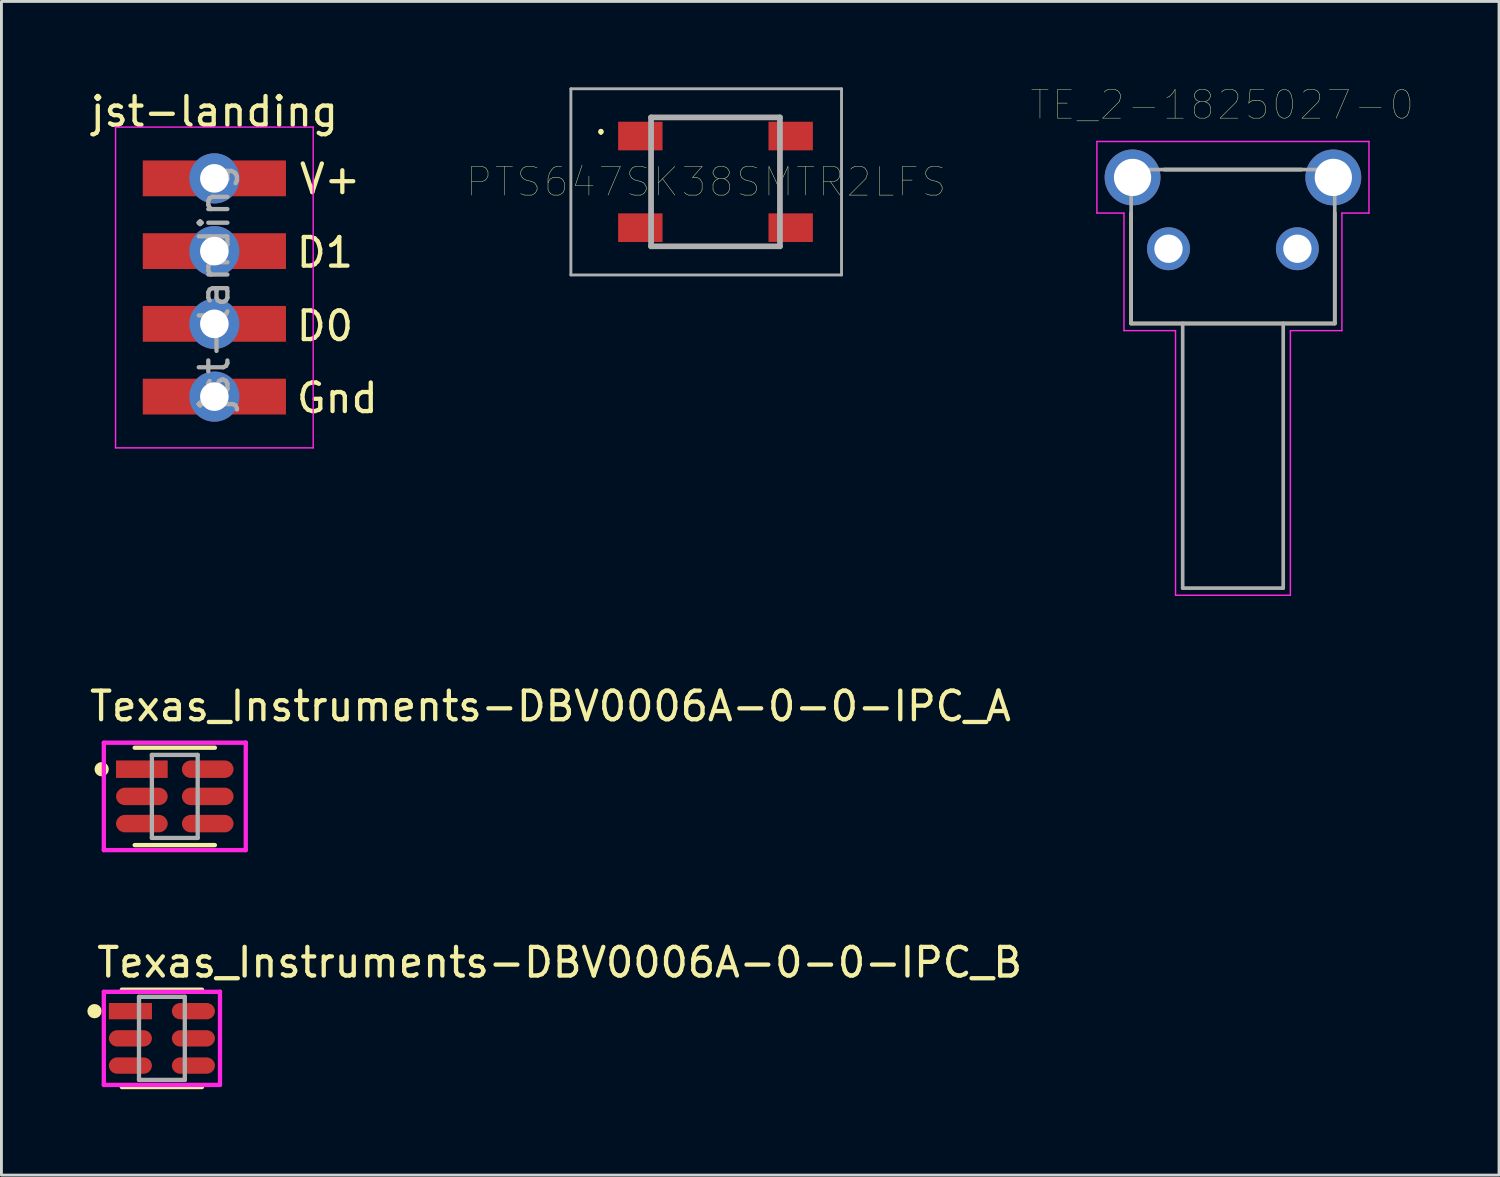
<source format=kicad_pcb>
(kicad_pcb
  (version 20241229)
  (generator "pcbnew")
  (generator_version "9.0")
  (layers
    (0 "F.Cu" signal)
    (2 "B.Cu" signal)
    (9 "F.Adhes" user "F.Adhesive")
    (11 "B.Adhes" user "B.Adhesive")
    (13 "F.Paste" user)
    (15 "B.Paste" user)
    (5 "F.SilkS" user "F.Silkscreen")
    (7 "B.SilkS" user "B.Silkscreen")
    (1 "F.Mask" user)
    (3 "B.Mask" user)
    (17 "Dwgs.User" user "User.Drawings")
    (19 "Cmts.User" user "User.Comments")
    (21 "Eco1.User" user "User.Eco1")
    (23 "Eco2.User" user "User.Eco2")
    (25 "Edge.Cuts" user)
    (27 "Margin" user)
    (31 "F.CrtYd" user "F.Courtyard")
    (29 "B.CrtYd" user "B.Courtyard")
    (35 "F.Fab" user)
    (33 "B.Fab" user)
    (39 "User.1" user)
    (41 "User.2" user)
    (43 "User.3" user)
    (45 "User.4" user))
  (footprint "jst-landing"
    (layer "F.Cu")
    (at 4.435 6.988)
    (property "Reference" "jst-landing" (at 0 -6.14 0) (layer "F.SilkS") (effects (font (size 1 1) (thickness 0.15))))
    (attr smd)
    (fp_line (start -3.45 -5.6) (end -3.45 5.6) (stroke (width 0.05) (type solid)) (layer "F.CrtYd"))
    (fp_line (start -3.45 5.6) (end 3.45 5.6) (stroke (width 0.05) (type solid)) (layer "F.CrtYd"))
    (fp_line (start 3.45 -5.6) (end -3.45 -5.6) (stroke (width 0.05) (type solid)) (layer "F.CrtYd"))
    (fp_line (start 3.45 5.6) (end 3.45 -5.6) (stroke (width 0.05) (type solid)) (layer "F.CrtYd"))
    (fp_text user "D1" (at 3.861 -1.219 0) (unlocked yes) (layer "F.SilkS") (effects (font (size 1 1) (thickness 0.15))))
    (fp_text user "D0" (at 3.861 1.346 0) (unlocked yes) (layer "F.SilkS") (effects (font (size 1 1) (thickness 0.15))))
    (fp_text user "V+" (at 4.039 -3.785 0) (unlocked yes) (layer "F.SilkS") (effects (font (size 1 1) (thickness 0.15))))
    (fp_text user "Gnd" (at 4.293 3.861 0) (unlocked yes) (layer "F.SilkS") (effects (font (size 1 1) (thickness 0.15))))
    (fp_text user "${REFERENCE}" (at 0 0 90) (layer "F.Fab") (effects (font (size 1 1) (thickness 0.15))))
    (pad "1" thru_hole circle (at 0 -3.81) (size 1.75 1.75) (drill 1) (layers "*.Cu" "*.Mask"))
    (pad "1" smd rect (at 0 -3.81) (size 5 1.25) (layers "F.Cu" "F.Mask" "F.Paste"))
    (pad "2" thru_hole circle (at 0 -1.27) (size 1.75 1.75) (drill 1) (layers "*.Cu" "*.Mask"))
    (pad "2" smd rect (at 0 -1.27) (size 5 1.25) (layers "F.Cu" "F.Mask" "F.Paste"))
    (pad "3" thru_hole circle (at 0 1.27) (size 1.75 1.75) (drill 1) (layers "*.Cu" "*.Mask"))
    (pad "3" smd rect (at 0 1.27) (size 5 1.25) (layers "F.Cu" "F.Mask" "F.Paste"))
    (pad "4" thru_hole circle (at 0 3.81) (size 1.75 1.75) (drill 1) (layers "*.Cu" "*.Mask"))
    (pad "4" smd rect (at 0 3.81) (size 5 1.25) (layers "F.Cu" "F.Mask" "F.Paste")))
  (footprint "TE_2-1825027-0"
    (layer "F.Cu")
    (at 40 4.39)
    (property "Reference" "TE_2-1825027-0" (at -0.375 -3.778 0) (layer "F.SilkS") (effects (font (size 1.001 1.001) (thickness 0.015))))
    (attr through_hole)
    (fp_line (start -3.555 0) (end -3.555 3.855) (stroke (width 0.127) (type solid)) (layer "F.SilkS"))
    (fp_line (start -3.555 3.855) (end 3.555 3.855) (stroke (width 0.127) (type solid)) (layer "F.SilkS"))
    (fp_line (start 2.4 -1.52) (end -2.4 -1.52) (stroke (width 0.127) (type solid)) (layer "F.SilkS"))
    (fp_line (start 3.555 3.855) (end 3.555 0) (stroke (width 0.127) (type solid)) (layer "F.SilkS"))
    (fp_line (start -4.75 -2.5) (end -4.75 0) (stroke (width 0.05) (type solid)) (layer "F.CrtYd"))
    (fp_line (start -4.75 0) (end -3.805 0) (stroke (width 0.05) (type solid)) (layer "F.CrtYd"))
    (fp_line (start -3.805 0) (end -3.805 4.105) (stroke (width 0.05) (type solid)) (layer "F.CrtYd"))
    (fp_line (start -3.805 4.105) (end -2.005 4.105) (stroke (width 0.05) (type solid)) (layer "F.CrtYd"))
    (fp_line (start -2.005 4.105) (end -2.005 13.345) (stroke (width 0.05) (type solid)) (layer "F.CrtYd"))
    (fp_line (start -2.005 13.345) (end 2.005 13.345) (stroke (width 0.05) (type solid)) (layer "F.CrtYd"))
    (fp_line (start 2.005 4.105) (end 3.805 4.105) (stroke (width 0.05) (type solid)) (layer "F.CrtYd"))
    (fp_line (start 2.005 13.345) (end 2.005 4.105) (stroke (width 0.05) (type solid)) (layer "F.CrtYd"))
    (fp_line (start 3.805 0) (end 4.75 0) (stroke (width 0.05) (type solid)) (layer "F.CrtYd"))
    (fp_line (start 3.805 4.105) (end 3.805 0) (stroke (width 0.05) (type solid)) (layer "F.CrtYd"))
    (fp_line (start 4.75 -2.5) (end -4.75 -2.5) (stroke (width 0.05) (type solid)) (layer "F.CrtYd"))
    (fp_line (start 4.75 0) (end 4.75 -2.5) (stroke (width 0.05) (type solid)) (layer "F.CrtYd"))
    (fp_line (start -3.555 -1.52) (end 3.555 -1.52) (stroke (width 0.127) (type solid)) (layer "F.Fab"))
    (fp_line (start -3.555 3.855) (end -3.555 -1.52) (stroke (width 0.127) (type solid)) (layer "F.Fab"))
    (fp_line (start -1.755 3.855) (end -3.555 3.855) (stroke (width 0.127) (type solid)) (layer "F.Fab"))
    (fp_line (start -1.755 3.855) (end -1.755 13.095) (stroke (width 0.127) (type solid)) (layer "F.Fab"))
    (fp_line (start -1.755 13.095) (end 1.755 13.095) (stroke (width 0.127) (type solid)) (layer "F.Fab"))
    (fp_line (start 1.755 3.855) (end -1.755 3.855) (stroke (width 0.127) (type solid)) (layer "F.Fab"))
    (fp_line (start 1.755 13.095) (end 1.755 3.855) (stroke (width 0.127) (type solid)) (layer "F.Fab"))
    (fp_line (start 3.555 -1.52) (end 3.555 3.855) (stroke (width 0.127) (type solid)) (layer "F.Fab"))
    (fp_line (start 3.555 3.855) (end 1.755 3.855) (stroke (width 0.127) (type solid)) (layer "F.Fab"))
    (pad "1" thru_hole circle (at -2.25 1.245) (size 1.498 1.498) (drill 0.99) (layers "*.Cu" "*.Mask"))
    (pad "2" thru_hole circle (at 2.25 1.245) (size 1.498 1.498) (drill 0.99) (layers "*.Cu" "*.Mask"))
    (pad "S1" thru_hole circle (at -3.505 -1.245) (size 1.95 1.95) (drill 1.3) (layers "*.Cu" "*.Mask"))
    (pad "S2" thru_hole circle (at 3.505 -1.245) (size 1.95 1.95) (drill 1.3) (layers "*.Cu" "*.Mask")))
  (footprint "Texas_Instruments-DBV0006A-0-0-IPC_A"
    (layer "F.Cu")
    (at 3.053 24.758)
    (property "Reference" "Texas_Instruments-DBV0006A-0-0-IPC_A" (at -3.053 -3.15 0) (layer "F.SilkS") (effects (font (size 1 1) (thickness 0.15)) (justify left)))
    (attr through_hole)
    (fp_line (start -1.4 -1.7) (end 1.4 -1.7) (stroke (width 0.15) (type solid)) (layer "F.SilkS"))
    (fp_line (start -1.4 1.7) (end 1.4 1.7) (stroke (width 0.15) (type solid)) (layer "F.SilkS"))
    (fp_circle (center -2.553 -0.95) (end -2.428 -0.95) (stroke (width 0.25) (type solid)) (fill no) (layer "F.SilkS"))
    (fp_line (start -2.478 -1.875) (end -2.478 1.875) (stroke (width 0.15) (type solid)) (layer "F.CrtYd"))
    (fp_line (start -2.478 1.875) (end 2.478 1.875) (stroke (width 0.15) (type solid)) (layer "F.CrtYd"))
    (fp_line (start 2.478 -1.875) (end -2.478 -1.875) (stroke (width 0.15) (type solid)) (layer "F.CrtYd"))
    (fp_line (start 2.478 -1.875) (end 2.478 -1.875) (stroke (width 0.15) (type solid)) (layer "F.CrtYd"))
    (fp_line (start 2.478 1.875) (end 2.478 -1.875) (stroke (width 0.15) (type solid)) (layer "F.CrtYd"))
    (fp_line (start -0.8 -1.45) (end 0.8 -1.45) (stroke (width 0.15) (type solid)) (layer "F.Fab"))
    (fp_line (start -0.8 1.45) (end -0.8 -1.45) (stroke (width 0.15) (type solid)) (layer "F.Fab"))
    (fp_line (start 0.8 -1.45) (end 0.8 1.45) (stroke (width 0.15) (type solid)) (layer "F.Fab"))
    (fp_line (start 0.8 1.45) (end -0.8 1.45) (stroke (width 0.15) (type solid)) (layer "F.Fab"))
    (pad "1" smd rect (at -1.15 -0.95) (size 1.805 0.61) (layers "F.Cu" "F.Mask" "F.Paste"))
    (pad "2" smd roundrect (at -1.15 0.000001) (size 1.805 0.61) (layers "F.Cu" "F.Mask" "F.Paste") (roundrect_rratio 0.5))
    (pad "3" smd roundrect (at -1.15 0.95) (size 1.805 0.61) (layers "F.Cu" "F.Mask" "F.Paste") (roundrect_rratio 0.5))
    (pad "4" smd roundrect (at 1.15 0.95) (size 1.805 0.61) (layers "F.Cu" "F.Mask" "F.Paste") (roundrect_rratio 0.5))
    (pad "5" smd roundrect (at 1.15 0.000001) (size 1.805 0.61) (layers "F.Cu" "F.Mask" "F.Paste") (roundrect_rratio 0.5))
    (pad "6" smd roundrect (at 1.15 -0.95) (size 1.805 0.61) (layers "F.Cu" "F.Mask" "F.Paste") (roundrect_rratio 0.5)))
  (footprint "Texas_Instruments-DBV0006A-0-0-IPC_B"
    (layer "F.Cu")
    (at 2.603 33.206)
    (property "Reference" "Texas_Instruments-DBV0006A-0-0-IPC_B" (at -2.353 -2.65 0) (layer "F.SilkS") (effects (font (size 1 1) (thickness 0.15)) (justify left)))
    (attr through_hole)
    (fp_line (start -1.4 -1.7) (end 1.4 -1.7) (stroke (width 0.15) (type solid)) (layer "F.SilkS"))
    (fp_line (start -1.4 1.7) (end 1.4 1.7) (stroke (width 0.15) (type solid)) (layer "F.SilkS"))
    (fp_circle (center -2.353 -0.95) (end -2.228 -0.95) (stroke (width 0.25) (type solid)) (fill no) (layer "F.SilkS"))
    (fp_line (start -2.028 -1.625) (end -2.028 1.625) (stroke (width 0.15) (type solid)) (layer "F.CrtYd"))
    (fp_line (start -2.028 1.625) (end 2.028 1.625) (stroke (width 0.15) (type solid)) (layer "F.CrtYd"))
    (fp_line (start 2.028 -1.625) (end -2.028 -1.625) (stroke (width 0.15) (type solid)) (layer "F.CrtYd"))
    (fp_line (start 2.028 -1.625) (end 2.028 -1.625) (stroke (width 0.15) (type solid)) (layer "F.CrtYd"))
    (fp_line (start 2.028 1.625) (end 2.028 -1.625) (stroke (width 0.15) (type solid)) (layer "F.CrtYd"))
    (fp_line (start -0.8 -1.45) (end 0.8 -1.45) (stroke (width 0.15) (type solid)) (layer "F.Fab"))
    (fp_line (start -0.8 1.45) (end -0.8 -1.45) (stroke (width 0.15) (type solid)) (layer "F.Fab"))
    (fp_line (start 0.8 -1.45) (end 0.8 1.45) (stroke (width 0.15) (type solid)) (layer "F.Fab"))
    (fp_line (start 0.8 1.45) (end -0.8 1.45) (stroke (width 0.15) (type solid)) (layer "F.Fab"))
    (pad "1" smd rect (at -1.1 -0.95) (size 1.505 0.57) (layers "F.Cu" "F.Mask" "F.Paste"))
    (pad "2" smd roundrect (at -1.1 0.000001) (size 1.505 0.57) (layers "F.Cu" "F.Mask" "F.Paste") (roundrect_rratio 0.5))
    (pad "3" smd roundrect (at -1.1 0.95) (size 1.505 0.57) (layers "F.Cu" "F.Mask" "F.Paste") (roundrect_rratio 0.5))
    (pad "4" smd roundrect (at 1.1 0.95) (size 1.505 0.57) (layers "F.Cu" "F.Mask" "F.Paste") (roundrect_rratio 0.5))
    (pad "5" smd roundrect (at 1.1 0.000001) (size 1.505 0.57) (layers "F.Cu" "F.Mask" "F.Paste") (roundrect_rratio 0.5))
    (pad "6" smd roundrect (at 1.1 -0.95) (size 1.505 0.57) (layers "F.Cu" "F.Mask" "F.Paste") (roundrect_rratio 0.5)))
  (footprint "PTS647SK38SMTR2LFS"
    (layer "F.Cu")
    (at 21.933 3.3)
    (property "Reference" "PTS647SK38SMTR2LFS" (at -0.325 0 0) (layer "F.SilkS") (effects (font (size 1 1) (thickness 0.015))))
    (attr through_hole)
    (fp_line (start -4 -1.8) (end -4 -1.8) (stroke (width 0.1) (type solid)) (layer "F.SilkS"))
    (fp_line (start -4 -1.7) (end -4 -1.7) (stroke (width 0.1) (type solid)) (layer "F.SilkS"))
    (fp_line (start -2.25 -0.9) (end -2.25 0.9) (stroke (width 0.1) (type solid)) (layer "F.SilkS"))
    (fp_line (start -1.8 -2.25) (end 1.8 -2.25) (stroke (width 0.1) (type solid)) (layer "F.SilkS"))
    (fp_line (start -1.8 2.25) (end 1.8 2.25) (stroke (width 0.1) (type solid)) (layer "F.SilkS"))
    (fp_line (start 2.25 -0.9) (end 2.25 0.9) (stroke (width 0.1) (type solid)) (layer "F.SilkS"))
    (fp_arc (start -4 -1.8) (mid -3.95 -1.75) (end -4 -1.7) (stroke (width 0.1) (type solid)) (layer "F.SilkS"))
    (fp_arc (start -4 -1.7) (mid -4.05 -1.75) (end -4 -1.8) (stroke (width 0.1) (type solid)) (layer "F.SilkS"))
    (fp_line (start -5.05 -3.25) (end 4.4 -3.25) (stroke (width 0.1) (type solid)) (layer "F.Fab"))
    (fp_line (start -5.05 3.25) (end -5.05 -3.25) (stroke (width 0.1) (type solid)) (layer "F.Fab"))
    (fp_line (start -2.25 -2.25) (end 2.25 -2.25) (stroke (width 0.2) (type solid)) (layer "F.Fab"))
    (fp_line (start -2.25 2.25) (end -2.25 -2.25) (stroke (width 0.2) (type solid)) (layer "F.Fab"))
    (fp_line (start 2.25 -2.25) (end 2.25 2.25) (stroke (width 0.2) (type solid)) (layer "F.Fab"))
    (fp_line (start 2.25 2.25) (end -2.25 2.25) (stroke (width 0.2) (type solid)) (layer "F.Fab"))
    (fp_line (start 4.4 -3.25) (end 4.4 3.25) (stroke (width 0.1) (type solid)) (layer "F.Fab"))
    (fp_line (start 4.4 3.25) (end -5.05 3.25) (stroke (width 0.1) (type solid)) (layer "F.Fab"))
    (pad "1" smd rect (at -2.625 -1.6) (size 1.55 1) (layers "F.Cu" "F.Mask" "F.Paste"))
    (pad "2" smd rect (at 2.625 -1.6) (size 1.55 1) (layers "F.Cu" "F.Mask" "F.Paste"))
    (pad "3" smd rect (at -2.625 1.6) (size 1.55 1) (layers "F.Cu" "F.Mask" "F.Paste"))
    (pad "4" smd rect (at 2.625 1.6) (size 1.55 1) (layers "F.Cu" "F.Mask" "F.Paste")))
  (gr_rect
    (start -3 -3)
    (end 49.291 37.981)
    (stroke (width 0.1) (type default))
    (fill no)
    (layer "Edge.Cuts")))
</source>
